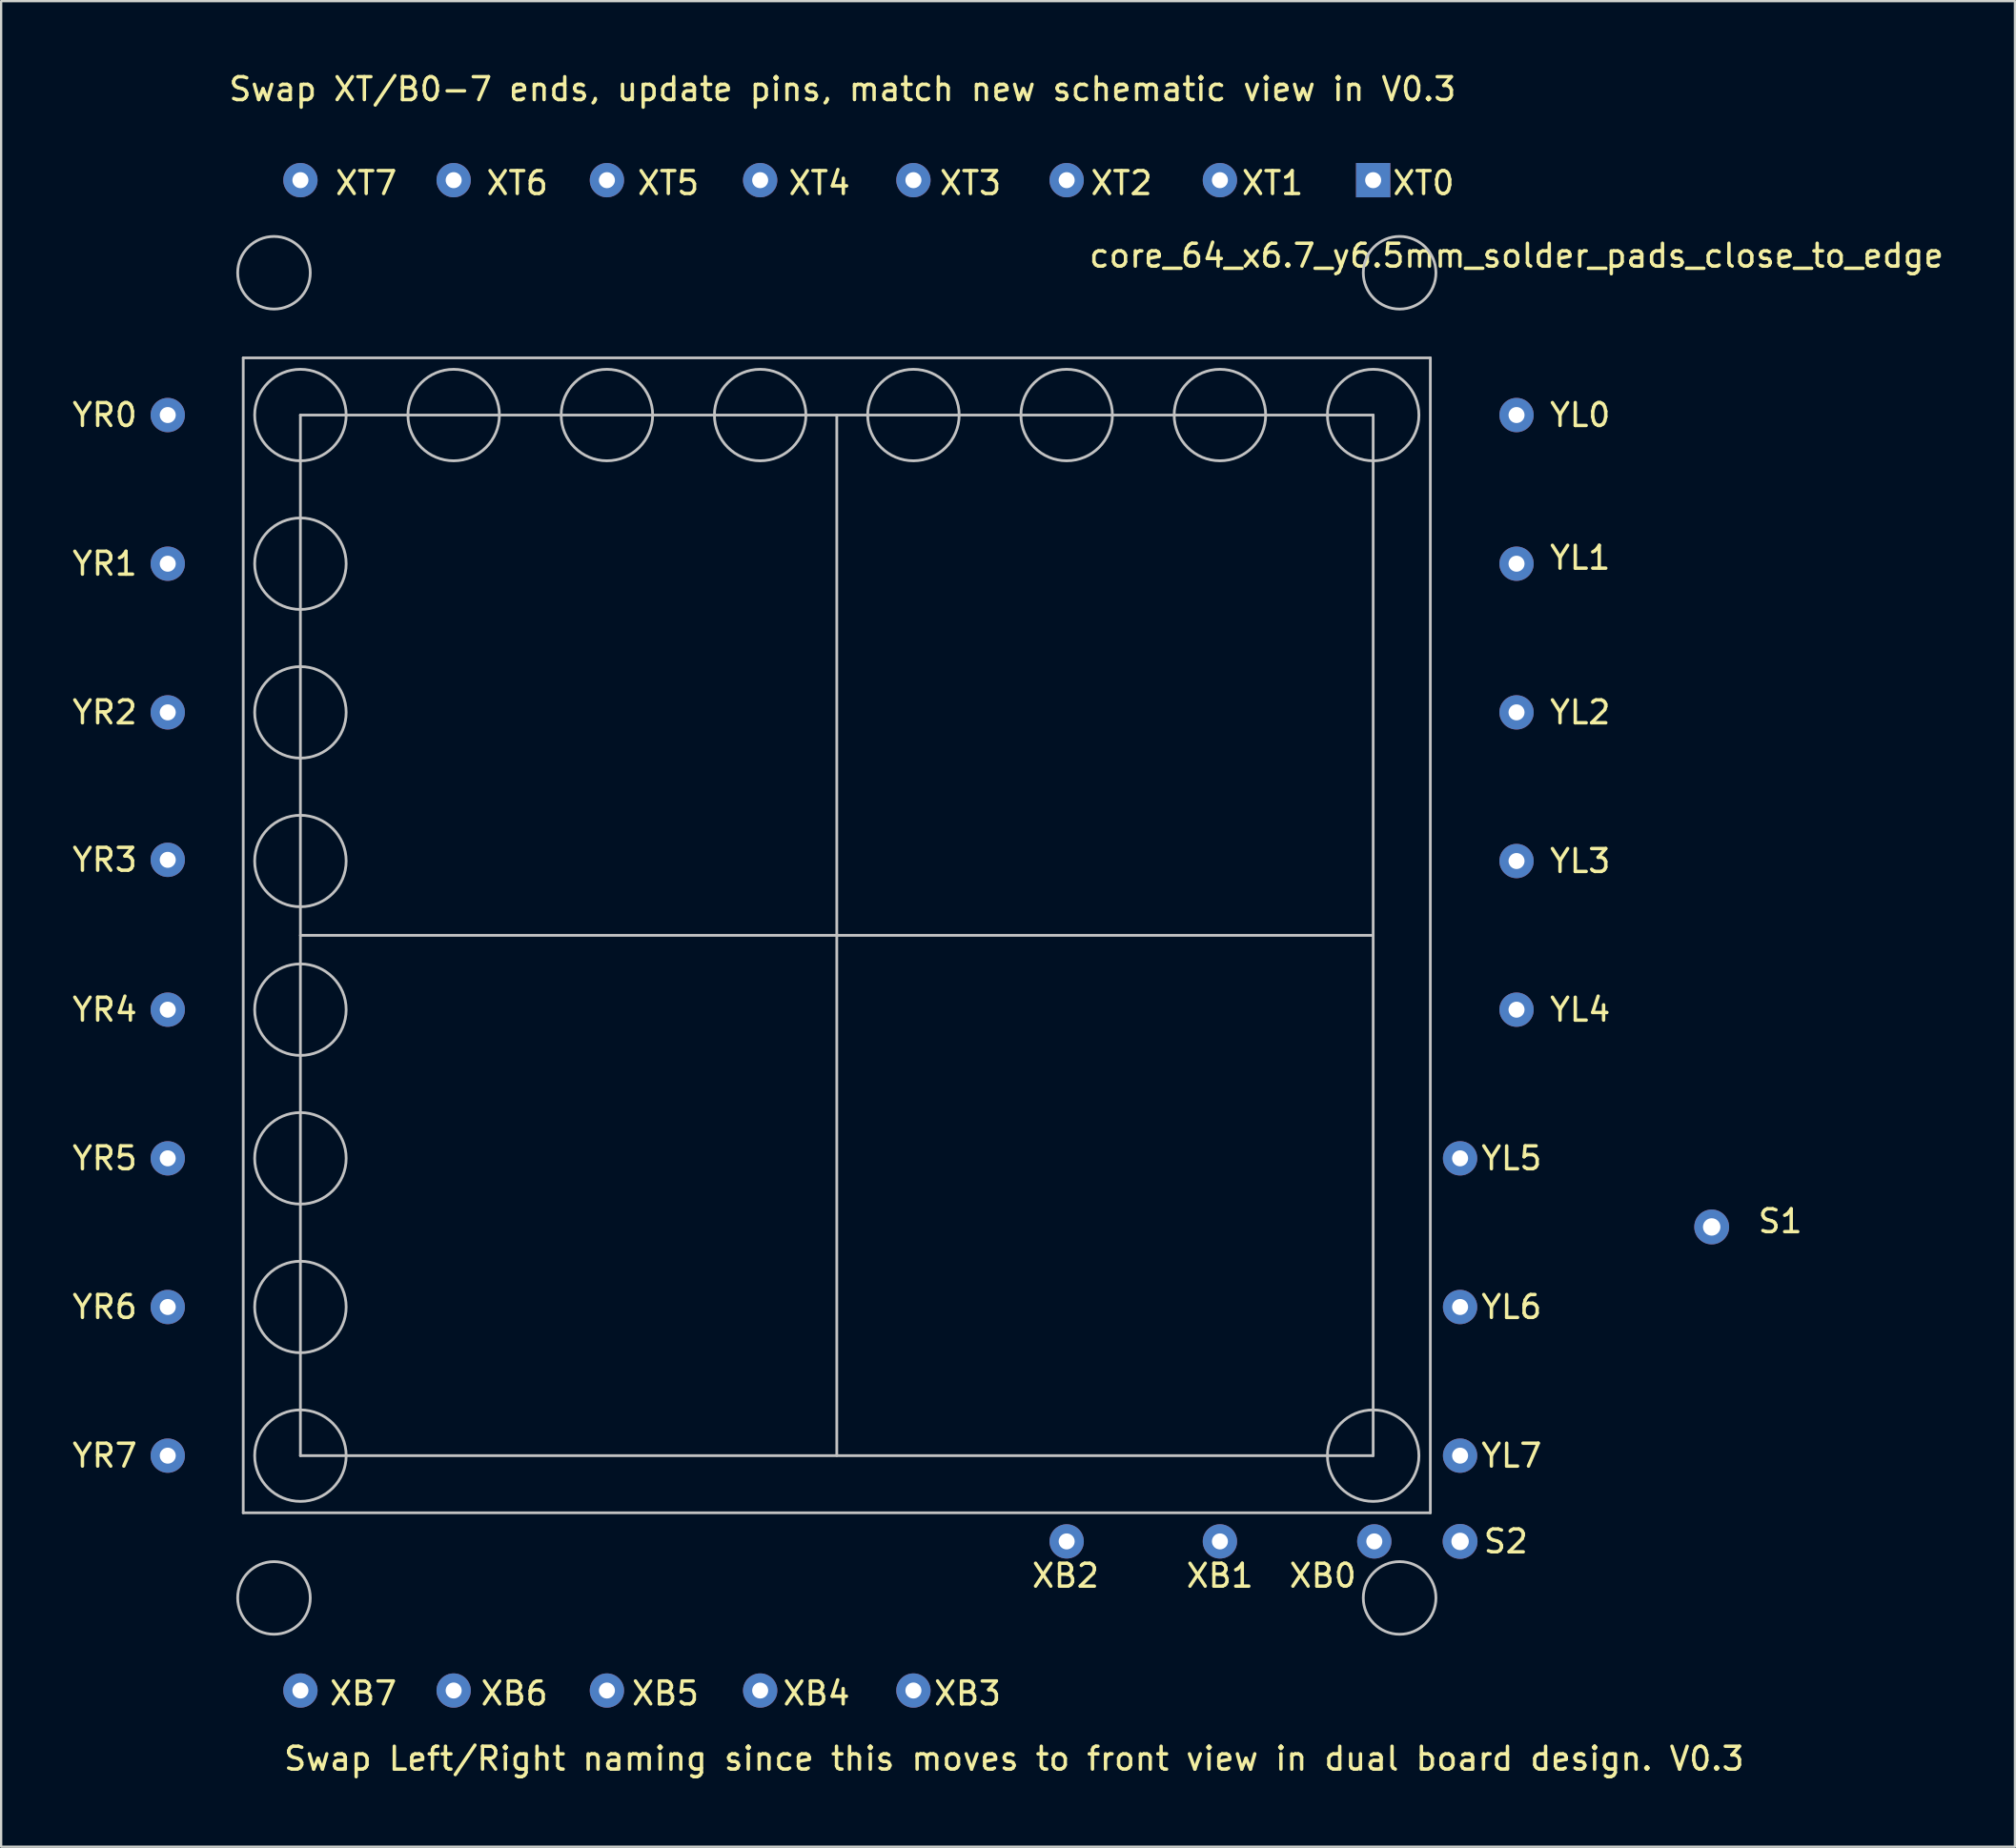
<source format=kicad_pcb>
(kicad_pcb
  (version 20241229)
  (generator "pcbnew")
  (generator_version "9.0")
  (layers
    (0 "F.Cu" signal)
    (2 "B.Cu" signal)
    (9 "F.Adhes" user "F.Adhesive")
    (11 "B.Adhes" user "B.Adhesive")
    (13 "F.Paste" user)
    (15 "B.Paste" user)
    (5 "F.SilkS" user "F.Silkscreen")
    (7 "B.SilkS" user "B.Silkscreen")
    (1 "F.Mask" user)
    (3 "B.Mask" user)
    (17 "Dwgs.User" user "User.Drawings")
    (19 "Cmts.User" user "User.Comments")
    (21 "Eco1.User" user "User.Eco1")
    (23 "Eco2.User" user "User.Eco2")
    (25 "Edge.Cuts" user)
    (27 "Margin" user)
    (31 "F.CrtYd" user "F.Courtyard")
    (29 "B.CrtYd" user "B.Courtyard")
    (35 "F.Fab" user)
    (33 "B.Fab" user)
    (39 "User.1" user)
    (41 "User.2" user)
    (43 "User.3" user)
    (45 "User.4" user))
  (footprint "core_64_x6.7_y6.5mm_solder_pads_close_to_edge"
    (layer "F.Cu")
    (at 33.534 37.848)
    (property "Reference" "core_64_x6.7_y6.5mm_solder_pads_close_to_edge" (at 29.718 -29.718 0) (layer "F.SilkS") (effects (font (size 1 1) (thickness 0.15))))
    (attr through_hole)
    (fp_line (start -25.95 -25.25) (end 25.95 -25.25) (stroke (width 0.12) (type solid)) (layer "Dwgs.User"))
    (fp_line (start -25.95 25.25) (end -25.95 -25.25) (stroke (width 0.12) (type solid)) (layer "Dwgs.User"))
    (fp_line (start -23.45 -22.75) (end 23.45 -22.75) (stroke (width 0.12) (type solid)) (layer "Dwgs.User"))
    (fp_line (start -23.45 0) (end 23.45 0) (stroke (width 0.12) (type solid)) (layer "Dwgs.User"))
    (fp_line (start -23.45 22.75) (end -23.45 -22.75) (stroke (width 0.12) (type solid)) (layer "Dwgs.User"))
    (fp_line (start 0 22.75) (end 0 -22.75) (stroke (width 0.12) (type solid)) (layer "Dwgs.User"))
    (fp_line (start 23.45 -22.75) (end 23.45 22.75) (stroke (width 0.12) (type solid)) (layer "Dwgs.User"))
    (fp_line (start 23.45 22.75) (end -23.45 22.75) (stroke (width 0.12) (type solid)) (layer "Dwgs.User"))
    (fp_line (start 25.95 -25.25) (end 25.95 25.25) (stroke (width 0.12) (type solid)) (layer "Dwgs.User"))
    (fp_line (start 25.95 25.25) (end -25.95 25.25) (stroke (width 0.12) (type solid)) (layer "Dwgs.User"))
    (fp_circle (center -24.606 -28.972) (end -23.019 -28.972) (stroke (width 0.12) (type solid)) (fill no) (layer "Dwgs.User"))
    (fp_circle (center -24.606 28.972) (end -23.019 28.972) (stroke (width 0.12) (type solid)) (fill no) (layer "Dwgs.User"))
    (fp_circle (center -23.45 -22.75) (end -21.45 -22.75) (stroke (width 0.12) (type solid)) (fill no) (layer "Dwgs.User"))
    (fp_circle (center -23.45 -16.25) (end -21.45 -16.25) (stroke (width 0.12) (type solid)) (fill no) (layer "Dwgs.User"))
    (fp_circle (center -23.45 -9.75) (end -21.45 -9.75) (stroke (width 0.12) (type solid)) (fill no) (layer "Dwgs.User"))
    (fp_circle (center -23.45 -3.25) (end -21.45 -3.25) (stroke (width 0.12) (type solid)) (fill no) (layer "Dwgs.User"))
    (fp_circle (center -23.45 3.25) (end -21.45 3.25) (stroke (width 0.12) (type solid)) (fill no) (layer "Dwgs.User"))
    (fp_circle (center -23.45 9.75) (end -21.45 9.75) (stroke (width 0.12) (type solid)) (fill no) (layer "Dwgs.User"))
    (fp_circle (center -23.45 16.25) (end -21.45 16.25) (stroke (width 0.12) (type solid)) (fill no) (layer "Dwgs.User"))
    (fp_circle (center -23.45 22.75) (end -21.45 22.75) (stroke (width 0.12) (type solid)) (fill no) (layer "Dwgs.User"))
    (fp_circle (center -16.75 -22.75) (end -14.75 -22.75) (stroke (width 0.12) (type solid)) (fill no) (layer "Dwgs.User"))
    (fp_circle (center -10.05 -22.75) (end -8.05 -22.75) (stroke (width 0.12) (type solid)) (fill no) (layer "Dwgs.User"))
    (fp_circle (center -3.35 -22.75) (end -1.35 -22.75) (stroke (width 0.12) (type solid)) (fill no) (layer "Dwgs.User"))
    (fp_circle (center 3.35 -22.75) (end 5.35 -22.75) (stroke (width 0.12) (type solid)) (fill no) (layer "Dwgs.User"))
    (fp_circle (center 10.05 -22.75) (end 12.05 -22.75) (stroke (width 0.12) (type solid)) (fill no) (layer "Dwgs.User"))
    (fp_circle (center 16.75 -22.75) (end 18.75 -22.75) (stroke (width 0.12) (type solid)) (fill no) (layer "Dwgs.User"))
    (fp_circle (center 23.45 -22.75) (end 25.45 -22.75) (stroke (width 0.12) (type solid)) (fill no) (layer "Dwgs.User"))
    (fp_circle (center 23.45 22.75) (end 25.45 22.75) (stroke (width 0.12) (type solid)) (fill no) (layer "Dwgs.User"))
    (fp_circle (center 24.606 -28.972) (end 26.194 -28.972) (stroke (width 0.12) (type solid)) (fill no) (layer "Dwgs.User"))
    (fp_circle (center 24.606 28.972) (end 26.194 28.972) (stroke (width 0.12) (type solid)) (fill no) (layer "Dwgs.User"))
    (fp_text user "XT6" (at -13.97 -32.893 0) (layer "F.SilkS") (effects (font (size 1 1) (thickness 0.15))))
    (fp_text user "XT1" (at 19.05 -32.893 0) (layer "F.SilkS") (effects (font (size 1 1) (thickness 0.15))))
    (fp_text user "XB2" (at 10 28 0) (layer "F.SilkS") (effects (font (size 1 1) (thickness 0.15))))
    (fp_text user "XT5" (at -7.366 -32.893 0) (layer "F.SilkS") (effects (font (size 1 1) (thickness 0.15))))
    (fp_text user "YR4" (at -32.004 3.25 0) (layer "F.SilkS") (effects (font (size 1 1) (thickness 0.15))))
    (fp_text user "XB7" (at -20.701 33.147 0) (layer "F.SilkS") (effects (font (size 1 1) (thickness 0.15))))
    (fp_text user "YL1" (at 32.5 -16.51 0) (layer "F.SilkS") (effects (font (size 1 1) (thickness 0.15))))
    (fp_text user "YR5" (at -32.004 9.75 0) (layer "F.SilkS") (effects (font (size 1 1) (thickness 0.15))))
    (fp_text user "XB0" (at 21.25 28 0) (layer "F.SilkS") (effects (font (size 1 1) (thickness 0.15))))
    (fp_text user "S2" (at 29.25 26.5 0) (layer "F.SilkS") (effects (font (size 1 1) (thickness 0.15))))
    (fp_text user "Swap Left/Right naming since this moves to front view in dual board design. V0.3" (at 7.75 36 0) (layer "F.SilkS") (effects (font (size 1 1) (thickness 0.15))))
    (fp_text user "Swap XT/B0-7 ends, update pins, match new schematic view in V0.3" (at 0.25 -37 0) (layer "F.SilkS") (effects (font (size 1 1) (thickness 0.15))))
    (fp_text user "YR2" (at -32.004 -9.75 0) (layer "F.SilkS") (effects (font (size 1 1) (thickness 0.15))))
    (fp_text user "YL4" (at 32.5 3.25 0) (layer "F.SilkS") (effects (font (size 1 1) (thickness 0.15))))
    (fp_text user "YR1" (at -32.004 -16.25 0) (layer "F.SilkS") (effects (font (size 1 1) (thickness 0.15))))
    (fp_text user "YR6" (at -32.004 16.25 0) (layer "F.SilkS") (effects (font (size 1 1) (thickness 0.15))))
    (fp_text user "YL5" (at 29.5 9.75 0) (layer "F.SilkS") (effects (font (size 1 1) (thickness 0.15))))
    (fp_text user "XT3" (at 5.842 -32.893 0) (layer "F.SilkS") (effects (font (size 1 1) (thickness 0.15))))
    (fp_text user "YL2" (at 32.5 -9.75 0) (layer "F.SilkS") (effects (font (size 1 1) (thickness 0.15))))
    (fp_text user "XB3" (at 5.715 33.147 0) (layer "F.SilkS") (effects (font (size 1 1) (thickness 0.15))))
    (fp_text user "XB1" (at 16.75 28 0) (layer "F.SilkS") (effects (font (size 1 1) (thickness 0.15))))
    (fp_text user "YL3" (at 32.5 -3.25 0) (layer "F.SilkS") (effects (font (size 1 1) (thickness 0.15))))
    (fp_text user "XB6" (at -14.097 33.147 0) (layer "F.SilkS") (effects (font (size 1 1) (thickness 0.15))))
    (fp_text user "XT2" (at 12.446 -32.893 0) (layer "F.SilkS") (effects (font (size 1 1) (thickness 0.15))))
    (fp_text user "YL6" (at 29.5 16.25 0) (layer "F.SilkS") (effects (font (size 1 1) (thickness 0.15))))
    (fp_text user "YR7" (at -32.004 22.75 0) (layer "F.SilkS") (effects (font (size 1 1) (thickness 0.15))))
    (fp_text user "YL0" (at 32.5 -22.75 0) (layer "F.SilkS") (effects (font (size 1 1) (thickness 0.15))))
    (fp_text user "S1" (at 41.25 12.5 0) (layer "F.SilkS") (effects (font (size 1 1) (thickness 0.15))))
    (fp_text user "YR0" (at -32.004 -22.75 0) (layer "F.SilkS") (effects (font (size 1 1) (thickness 0.15))))
    (fp_text user "XB5" (at -7.493 33.147 0) (layer "F.SilkS") (effects (font (size 1 1) (thickness 0.15))))
    (fp_text user "XT4" (at -0.762 -32.893 0) (layer "F.SilkS") (effects (font (size 1 1) (thickness 0.15))))
    (fp_text user "XT7" (at -20.574 -32.893 0) (layer "F.SilkS") (effects (font (size 1 1) (thickness 0.15))))
    (fp_text user "XT0" (at 25.654 -32.893 0) (layer "F.SilkS") (effects (font (size 1 1) (thickness 0.15))))
    (fp_text user "YL7" (at 29.5 22.75 0) (layer "F.SilkS") (effects (font (size 1 1) (thickness 0.15))))
    (fp_text user "YR3" (at -32.004 -3.302 0) (layer "F.SilkS") (effects (font (size 1 1) (thickness 0.15))))
    (fp_text user "XB4" (at -0.889 33.147 0) (layer "F.SilkS") (effects (font (size 1 1) (thickness 0.15))))
    (pad "1" thru_hole rect (at 23.45 -33.02 180) (size 1.5 1.5) (drill 0.7) (layers "*.Cu" "*.Mask"))
    (pad "2" thru_hole circle (at 16.75 -33.02 180) (size 1.5 1.5) (drill 0.7) (layers "*.Cu" "*.Mask"))
    (pad "3" thru_hole circle (at 10.05 -33.02 180) (size 1.5 1.5) (drill 0.7) (layers "*.Cu" "*.Mask"))
    (pad "4" thru_hole circle (at 3.35 -33.02 180) (size 1.5 1.5) (drill 0.7) (layers "*.Cu" "*.Mask"))
    (pad "5" thru_hole circle (at -3.35 -33.02 180) (size 1.5 1.5) (drill 0.7) (layers "*.Cu" "*.Mask"))
    (pad "6" thru_hole circle (at -10.05 -33.02 180) (size 1.5 1.5) (drill 0.7) (layers "*.Cu" "*.Mask"))
    (pad "7" thru_hole circle (at -16.75 -33.02 180) (size 1.5 1.5) (drill 0.7) (layers "*.Cu" "*.Mask"))
    (pad "8" thru_hole circle (at -23.45 -33.02 180) (size 1.5 1.5) (drill 0.7) (layers "*.Cu" "*.Mask"))
    (pad "9" thru_hole circle (at -29.25 -22.75 180) (size 1.5 1.5) (drill 0.7) (layers "*.Cu" "*.Mask"))
    (pad "10" thru_hole circle (at -29.25 -16.25 180) (size 1.5 1.5) (drill 0.7) (layers "*.Cu" "*.Mask"))
    (pad "11" thru_hole circle (at -29.25 -9.75 180) (size 1.5 1.5) (drill 0.7) (layers "*.Cu" "*.Mask"))
    (pad "12" thru_hole circle (at -29.25 -3.302 180) (size 1.5 1.5) (drill 0.7) (layers "*.Cu" "*.Mask"))
    (pad "13" thru_hole circle (at -29.25 3.25 180) (size 1.5 1.5) (drill 0.7) (layers "*.Cu" "*.Mask"))
    (pad "14" thru_hole circle (at -29.25 9.75 180) (size 1.5 1.5) (drill 0.7) (layers "*.Cu" "*.Mask"))
    (pad "15" thru_hole circle (at -29.25 16.25 180) (size 1.5 1.5) (drill 0.7) (layers "*.Cu" "*.Mask"))
    (pad "16" thru_hole circle (at -29.25 22.75 180) (size 1.5 1.5) (drill 0.7) (layers "*.Cu" "*.Mask"))
    (pad "17" thru_hole circle (at -23.45 33.02 180) (size 1.5 1.5) (drill 0.7) (layers "*.Cu" "*.Mask"))
    (pad "18" thru_hole circle (at -16.75 33.02 180) (size 1.5 1.5) (drill 0.7) (layers "*.Cu" "*.Mask"))
    (pad "19" thru_hole circle (at -10.05 33.02 180) (size 1.5 1.5) (drill 0.7) (layers "*.Cu" "*.Mask"))
    (pad "20" thru_hole circle (at -3.35 33.02 180) (size 1.5 1.5) (drill 0.7) (layers "*.Cu" "*.Mask"))
    (pad "21" thru_hole circle (at 3.35 33.02 180) (size 1.5 1.5) (drill 0.7) (layers "*.Cu" "*.Mask"))
    (pad "22" thru_hole circle (at 10.05 26.5 180) (size 1.5 1.5) (drill 0.7) (layers "*.Cu" "*.Mask"))
    (pad "23" thru_hole circle (at 16.75 26.5 180) (size 1.5 1.5) (drill 0.7) (layers "*.Cu" "*.Mask"))
    (pad "24" thru_hole circle (at 23.5 26.5 180) (size 1.5 1.5) (drill 0.7) (layers "*.Cu" "*.Mask"))
    (pad "25" thru_hole circle (at 27.25 22.75 180) (size 1.5 1.5) (drill 0.7) (layers "*.Cu" "*.Mask"))
    (pad "26" thru_hole circle (at 27.25 16.25 180) (size 1.5 1.5) (drill 0.7) (layers "*.Cu" "*.Mask"))
    (pad "27" thru_hole circle (at 27.25 9.75 180) (size 1.5 1.5) (drill 0.7) (layers "*.Cu" "*.Mask"))
    (pad "28" thru_hole circle (at 29.718 3.25 180) (size 1.5 1.5) (drill 0.7) (layers "*.Cu" "*.Mask"))
    (pad "29" thru_hole circle (at 29.718 -3.25 180) (size 1.5 1.5) (drill 0.7) (layers "*.Cu" "*.Mask"))
    (pad "30" thru_hole circle (at 29.718 -9.75 180) (size 1.5 1.5) (drill 0.7) (layers "*.Cu" "*.Mask"))
    (pad "31" thru_hole circle (at 29.718 -16.25 180) (size 1.5 1.5) (drill 0.7) (layers "*.Cu" "*.Mask"))
    (pad "32" thru_hole circle (at 29.718 -22.75 180) (size 1.5 1.5) (drill 0.7) (layers "*.Cu" "*.Mask"))
    (pad "33" thru_hole circle (at 38.25 12.75) (size 1.524 1.524) (drill 0.762) (layers "*.Cu" "*.Mask"))
    (pad "34" thru_hole circle (at 27.25 26.5) (size 1.524 1.524) (drill 0.762) (layers "*.Cu" "*.Mask")))
  (gr_rect
    (start -3 -3)
    (end 85.043 77.697)
    (stroke (width 0.1) (type default))
    (fill no)
    (layer "Edge.Cuts")))
</source>
